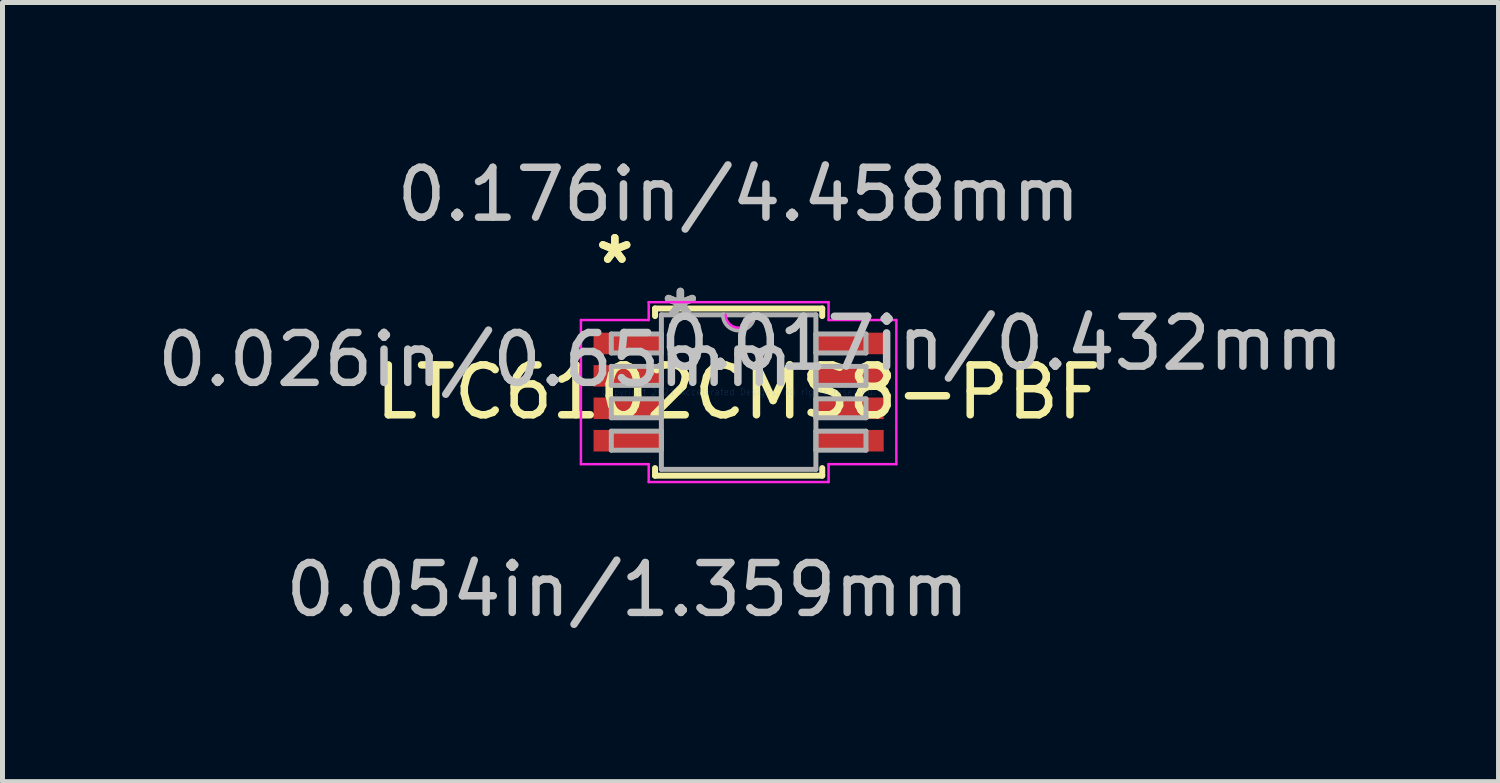
<source format=kicad_pcb>
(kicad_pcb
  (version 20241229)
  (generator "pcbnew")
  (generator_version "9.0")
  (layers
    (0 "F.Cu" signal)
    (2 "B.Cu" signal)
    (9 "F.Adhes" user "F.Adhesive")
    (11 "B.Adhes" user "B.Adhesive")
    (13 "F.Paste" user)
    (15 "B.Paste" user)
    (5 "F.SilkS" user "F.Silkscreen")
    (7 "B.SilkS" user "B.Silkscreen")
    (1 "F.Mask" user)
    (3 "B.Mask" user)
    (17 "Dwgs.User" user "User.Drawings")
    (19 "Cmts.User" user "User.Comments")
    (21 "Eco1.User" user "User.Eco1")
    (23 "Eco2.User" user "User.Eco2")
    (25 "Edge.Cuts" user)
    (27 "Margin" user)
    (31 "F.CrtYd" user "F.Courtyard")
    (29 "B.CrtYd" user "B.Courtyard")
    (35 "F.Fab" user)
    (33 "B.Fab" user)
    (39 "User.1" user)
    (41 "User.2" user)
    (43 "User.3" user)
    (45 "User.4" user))
  (footprint "LTC6102CMS8-PBF"
    (layer "F.Cu")
    (at 11.759 4.811)
    (property "Reference" "LTC6102CMS8-PBF" (at 0 0 0) (layer "F.SilkS") (effects (font (size 1 1) (thickness 0.15))))
    (attr through_hole)
    (fp_line (start -1.676 -1.676) (end -1.676 -1.524) (stroke (width 0.12) (type solid)) (layer "F.SilkS"))
    (fp_line (start -1.676 1.524) (end -1.676 1.676) (stroke (width 0.12) (type solid)) (layer "F.SilkS"))
    (fp_line (start -1.676 1.676) (end 1.676 1.676) (stroke (width 0.12) (type solid)) (layer "F.SilkS"))
    (fp_line (start 1.676 -1.676) (end -1.676 -1.676) (stroke (width 0.12) (type solid)) (layer "F.SilkS"))
    (fp_line (start 1.676 -1.524) (end 1.676 -1.676) (stroke (width 0.12) (type solid)) (layer "F.SilkS"))
    (fp_line (start 1.676 1.676) (end 1.676 1.524) (stroke (width 0.12) (type solid)) (layer "F.SilkS"))
    (fp_line (start -3.162 -1.445) (end -1.803 -1.445) (stroke (width 0.05) (type solid)) (layer "F.CrtYd"))
    (fp_line (start -3.162 1.445) (end -3.162 -1.445) (stroke (width 0.05) (type solid)) (layer "F.CrtYd"))
    (fp_line (start -1.803 -1.803) (end 1.803 -1.803) (stroke (width 0.05) (type solid)) (layer "F.CrtYd"))
    (fp_line (start -1.803 -1.445) (end -1.803 -1.803) (stroke (width 0.05) (type solid)) (layer "F.CrtYd"))
    (fp_line (start -1.803 1.445) (end -3.162 1.445) (stroke (width 0.05) (type solid)) (layer "F.CrtYd"))
    (fp_line (start -1.803 1.803) (end -1.803 1.445) (stroke (width 0.05) (type solid)) (layer "F.CrtYd"))
    (fp_line (start 1.803 -1.803) (end 1.803 -1.445) (stroke (width 0.05) (type solid)) (layer "F.CrtYd"))
    (fp_line (start 1.803 -1.445) (end 3.162 -1.445) (stroke (width 0.05) (type solid)) (layer "F.CrtYd"))
    (fp_line (start 1.803 1.445) (end 1.803 1.803) (stroke (width 0.05) (type solid)) (layer "F.CrtYd"))
    (fp_line (start 1.803 1.803) (end -1.803 1.803) (stroke (width 0.05) (type solid)) (layer "F.CrtYd"))
    (fp_line (start 3.162 -1.445) (end 3.162 1.445) (stroke (width 0.05) (type solid)) (layer "F.CrtYd"))
    (fp_line (start 3.162 1.445) (end 1.803 1.445) (stroke (width 0.05) (type solid)) (layer "F.CrtYd"))
    (fp_arc (start 0.258233 -1.5494) (mid 0 -1.291167) (end -0.258233 -1.5494) (stroke (width 0.05) (type solid)) (layer "F.CrtYd"))
    (fp_line (start -2.553 -1.165) (end -2.553 -0.784) (stroke (width 0.1) (type solid)) (layer "F.Fab"))
    (fp_line (start -2.553 -0.784) (end -1.549 -0.784) (stroke (width 0.1) (type solid)) (layer "F.Fab"))
    (fp_line (start -2.553 -0.515) (end -2.553 -0.135) (stroke (width 0.1) (type solid)) (layer "F.Fab"))
    (fp_line (start -2.553 -0.135) (end -1.549 -0.135) (stroke (width 0.1) (type solid)) (layer "F.Fab"))
    (fp_line (start -2.553 0.135) (end -2.553 0.515) (stroke (width 0.1) (type solid)) (layer "F.Fab"))
    (fp_line (start -2.553 0.515) (end -1.549 0.515) (stroke (width 0.1) (type solid)) (layer "F.Fab"))
    (fp_line (start -2.553 0.784) (end -2.553 1.165) (stroke (width 0.1) (type solid)) (layer "F.Fab"))
    (fp_line (start -2.553 1.165) (end -1.549 1.165) (stroke (width 0.1) (type solid)) (layer "F.Fab"))
    (fp_line (start -1.549 -1.549) (end -1.549 1.549) (stroke (width 0.1) (type solid)) (layer "F.Fab"))
    (fp_line (start -1.549 -1.165) (end -2.553 -1.165) (stroke (width 0.1) (type solid)) (layer "F.Fab"))
    (fp_line (start -1.549 -0.784) (end -1.549 -1.165) (stroke (width 0.1) (type solid)) (layer "F.Fab"))
    (fp_line (start -1.549 -0.515) (end -2.553 -0.515) (stroke (width 0.1) (type solid)) (layer "F.Fab"))
    (fp_line (start -1.549 -0.135) (end -1.549 -0.515) (stroke (width 0.1) (type solid)) (layer "F.Fab"))
    (fp_line (start -1.549 0.135) (end -2.553 0.135) (stroke (width 0.1) (type solid)) (layer "F.Fab"))
    (fp_line (start -1.549 0.515) (end -1.549 0.135) (stroke (width 0.1) (type solid)) (layer "F.Fab"))
    (fp_line (start -1.549 0.784) (end -2.553 0.784) (stroke (width 0.1) (type solid)) (layer "F.Fab"))
    (fp_line (start -1.549 1.165) (end -1.549 0.784) (stroke (width 0.1) (type solid)) (layer "F.Fab"))
    (fp_line (start -1.549 1.549) (end 1.549 1.549) (stroke (width 0.1) (type solid)) (layer "F.Fab"))
    (fp_line (start 1.549 -1.549) (end -1.549 -1.549) (stroke (width 0.1) (type solid)) (layer "F.Fab"))
    (fp_line (start 1.549 -1.165) (end 1.549 -0.784) (stroke (width 0.1) (type solid)) (layer "F.Fab"))
    (fp_line (start 1.549 -0.784) (end 2.553 -0.784) (stroke (width 0.1) (type solid)) (layer "F.Fab"))
    (fp_line (start 1.549 -0.515) (end 1.549 -0.135) (stroke (width 0.1) (type solid)) (layer "F.Fab"))
    (fp_line (start 1.549 -0.135) (end 2.553 -0.135) (stroke (width 0.1) (type solid)) (layer "F.Fab"))
    (fp_line (start 1.549 0.135) (end 1.549 0.515) (stroke (width 0.1) (type solid)) (layer "F.Fab"))
    (fp_line (start 1.549 0.515) (end 2.553 0.515) (stroke (width 0.1) (type solid)) (layer "F.Fab"))
    (fp_line (start 1.549 0.784) (end 1.549 1.165) (stroke (width 0.1) (type solid)) (layer "F.Fab"))
    (fp_line (start 1.549 1.165) (end 2.553 1.165) (stroke (width 0.1) (type solid)) (layer "F.Fab"))
    (fp_line (start 1.549 1.549) (end 1.549 -1.549) (stroke (width 0.1) (type solid)) (layer "F.Fab"))
    (fp_line (start 2.553 -1.165) (end 1.549 -1.165) (stroke (width 0.1) (type solid)) (layer "F.Fab"))
    (fp_line (start 2.553 -0.784) (end 2.553 -1.165) (stroke (width 0.1) (type solid)) (layer "F.Fab"))
    (fp_line (start 2.553 -0.515) (end 1.549 -0.515) (stroke (width 0.1) (type solid)) (layer "F.Fab"))
    (fp_line (start 2.553 -0.135) (end 2.553 -0.515) (stroke (width 0.1) (type solid)) (layer "F.Fab"))
    (fp_line (start 2.553 0.135) (end 1.549 0.135) (stroke (width 0.1) (type solid)) (layer "F.Fab"))
    (fp_line (start 2.553 0.515) (end 2.553 0.135) (stroke (width 0.1) (type solid)) (layer "F.Fab"))
    (fp_line (start 2.553 0.784) (end 1.549 0.784) (stroke (width 0.1) (type solid)) (layer "F.Fab"))
    (fp_line (start 2.553 1.165) (end 2.553 0.784) (stroke (width 0.1) (type solid)) (layer "F.Fab"))
    (fp_arc (start 0.3048 -1.5494) (mid 0 -1.2446) (end -0.3048 -1.5494) (stroke (width 0.1) (type solid)) (layer "F.Fab"))
    (fp_text user "*" (at -2.483 -2.55 0) (layer "F.SilkS") (effects (font (size 1 1) (thickness 0.15))))
    (fp_text user "*" (at -2.483 -2.55 0) (layer "F.SilkS") (effects (font (size 1 1) (thickness 0.15))))
    (fp_text user "0.026in/0.65mm" (at -5.277 -0.65 0) (layer "Dwgs.User") (effects (font (size 1 1) (thickness 0.15))))
    (fp_text user "0.176in/4.458mm" (at 0 -3.962 0) (layer "Dwgs.User") (effects (font (size 1 1) (thickness 0.15))))
    (fp_text user "0.017in/0.432mm" (at 5.277 -0.975 0) (layer "Dwgs.User") (effects (font (size 1 1) (thickness 0.15))))
    (fp_text user "0.054in/1.359mm" (at -2.229 3.962 0) (layer "Dwgs.User") (effects (font (size 1 1) (thickness 0.15))))
    (fp_text user "Copyright 2021 Accelerated Designs. All rights reserved." (at 0 0 0) (layer "Cmts.User") (effects (font (size 0.127 0.127) (thickness 0.002))))
    (fp_text user "*" (at -1.168 -1.473 0) (layer "F.Fab") (effects (font (size 1 1) (thickness 0.15))))
    (fp_text user "*" (at -1.168 -1.473 0) (layer "F.Fab") (effects (font (size 1 1) (thickness 0.15))))
    (pad "1" smd rect (at -2.229 -0.975) (size 1.359 0.432) (layers "F.Cu" "F.Mask" "F.Paste"))
    (pad "2" smd rect (at -2.229 -0.325) (size 1.359 0.432) (layers "F.Cu" "F.Mask" "F.Paste"))
    (pad "3" smd rect (at -2.229 0.325) (size 1.359 0.432) (layers "F.Cu" "F.Mask" "F.Paste"))
    (pad "4" smd rect (at -2.229 0.975) (size 1.359 0.432) (layers "F.Cu" "F.Mask" "F.Paste"))
    (pad "5" smd rect (at 2.229 0.975) (size 1.359 0.432) (layers "F.Cu" "F.Mask" "F.Paste"))
    (pad "6" smd rect (at 2.229 0.325) (size 1.359 0.432) (layers "F.Cu" "F.Mask" "F.Paste"))
    (pad "7" smd rect (at 2.229 -0.325) (size 1.359 0.432) (layers "F.Cu" "F.Mask" "F.Paste"))
    (pad "8" smd rect (at 2.229 -0.975) (size 1.359 0.432) (layers "F.Cu" "F.Mask" "F.Paste")))
  (gr_rect
    (start -3 -3)
    (end 26.994 12.621)
    (stroke (width 0.1) (type default))
    (fill no)
    (layer "Edge.Cuts")))
</source>
